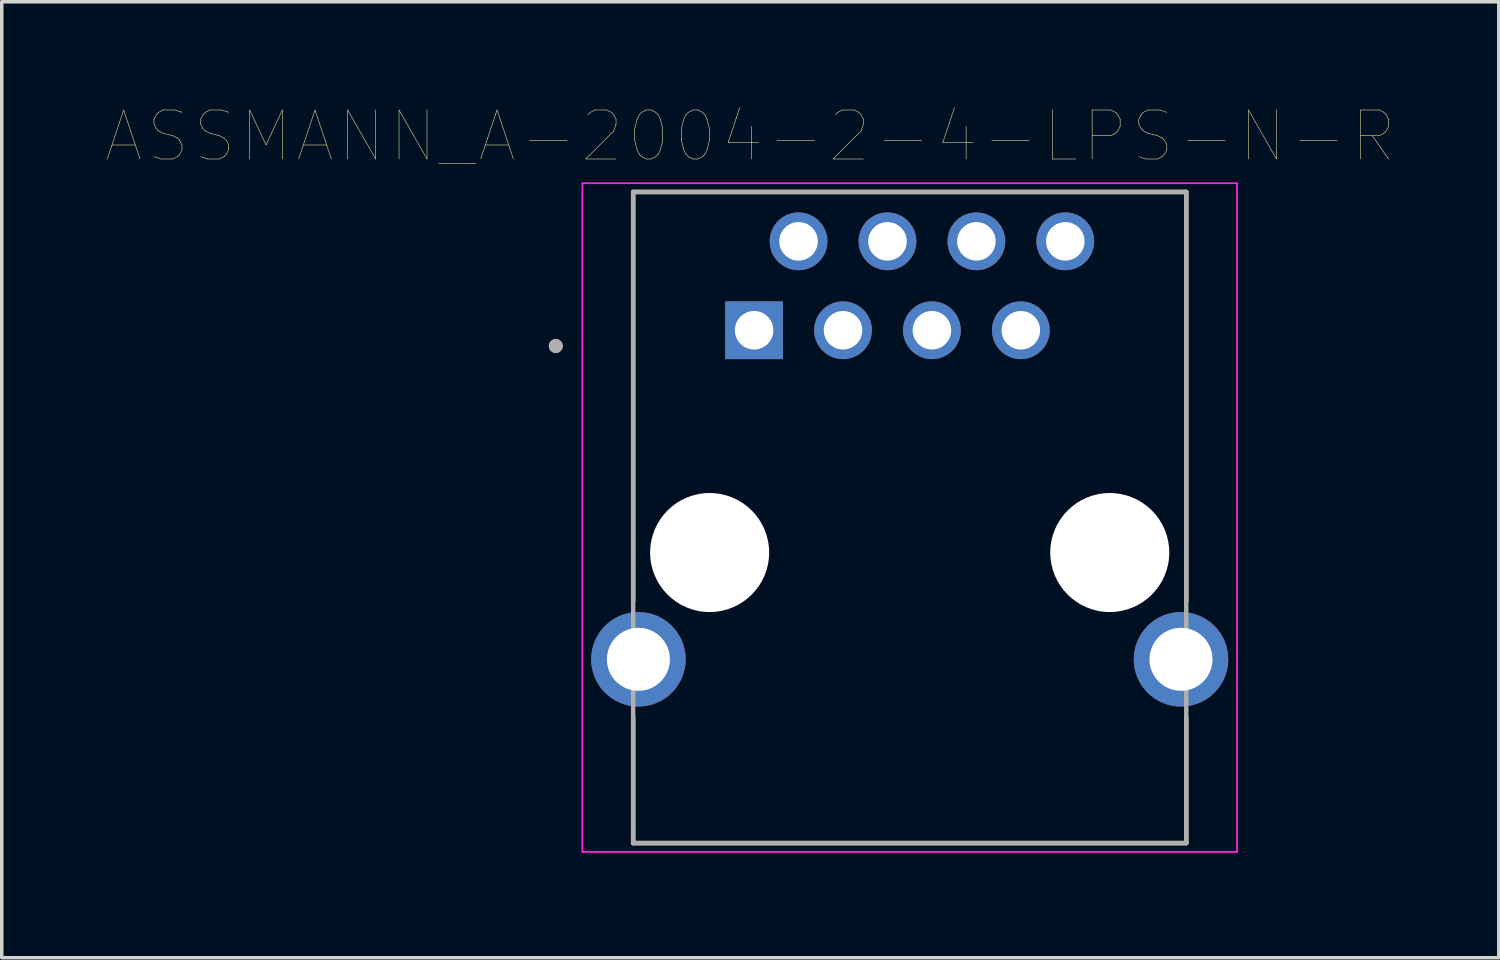
<source format=kicad_pcb>
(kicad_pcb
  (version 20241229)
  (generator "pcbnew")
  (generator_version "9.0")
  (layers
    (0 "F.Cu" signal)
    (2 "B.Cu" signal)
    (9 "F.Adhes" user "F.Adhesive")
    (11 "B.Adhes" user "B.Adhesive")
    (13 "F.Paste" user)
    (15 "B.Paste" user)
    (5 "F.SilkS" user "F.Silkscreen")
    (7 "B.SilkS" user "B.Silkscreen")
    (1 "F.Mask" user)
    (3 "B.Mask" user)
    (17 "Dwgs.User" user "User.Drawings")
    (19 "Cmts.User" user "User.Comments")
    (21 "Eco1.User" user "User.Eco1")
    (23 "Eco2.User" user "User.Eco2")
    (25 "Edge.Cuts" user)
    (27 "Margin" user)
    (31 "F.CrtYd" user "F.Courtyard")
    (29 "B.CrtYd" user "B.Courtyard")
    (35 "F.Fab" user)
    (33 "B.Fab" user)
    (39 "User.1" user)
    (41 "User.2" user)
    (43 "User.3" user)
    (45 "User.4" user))
  (footprint "ASSMANN_A-2004-2-4-LPS-N-R"
    (layer "F.Cu")
    (at 22.937 12.734)
    (property "Reference" "ASSMANN_A-2004-2-4-LPS-N-R" (at -4.555 -11.889 0) (layer "F.SilkS") (effects (font (size 1.4 1.4) (thickness 0.015))))
    (attr through_hole)
    (fp_line (start -7.9 -10.3) (end 7.9 -10.3) (stroke (width 0.127) (type solid)) (layer "F.SilkS"))
    (fp_line (start -7.9 1.38) (end -7.9 -10.3) (stroke (width 0.127) (type solid)) (layer "F.SilkS"))
    (fp_line (start -7.9 8.3) (end -7.9 4.72) (stroke (width 0.127) (type solid)) (layer "F.SilkS"))
    (fp_line (start 7.9 -10.3) (end 7.9 1.38) (stroke (width 0.127) (type solid)) (layer "F.SilkS"))
    (fp_line (start 7.9 4.72) (end 7.9 8.3) (stroke (width 0.127) (type solid)) (layer "F.SilkS"))
    (fp_line (start 7.9 8.3) (end -7.9 8.3) (stroke (width 0.127) (type solid)) (layer "F.SilkS"))
    (fp_circle (center -10.11 -5.9) (end -10.01 -5.9) (stroke (width 0.2) (type solid)) (fill no) (layer "F.SilkS"))
    (fp_line (start -9.35 -10.55) (end -9.35 8.55) (stroke (width 0.05) (type solid)) (layer "F.CrtYd"))
    (fp_line (start -9.35 8.55) (end 9.35 8.55) (stroke (width 0.05) (type solid)) (layer "F.CrtYd"))
    (fp_line (start 9.35 -10.55) (end -9.35 -10.55) (stroke (width 0.05) (type solid)) (layer "F.CrtYd"))
    (fp_line (start 9.35 8.55) (end 9.35 -10.55) (stroke (width 0.05) (type solid)) (layer "F.CrtYd"))
    (fp_line (start -7.9 -10.3) (end 7.9 -10.3) (stroke (width 0.127) (type solid)) (layer "F.Fab"))
    (fp_line (start -7.9 8.3) (end -7.9 -10.3) (stroke (width 0.127) (type solid)) (layer "F.Fab"))
    (fp_line (start 7.9 -10.3) (end 7.9 8.3) (stroke (width 0.127) (type solid)) (layer "F.Fab"))
    (fp_line (start 7.9 8.3) (end -7.9 8.3) (stroke (width 0.127) (type solid)) (layer "F.Fab"))
    (fp_circle (center -10.11 -5.9) (end -10.01 -5.9) (stroke (width 0.2) (type solid)) (fill no) (layer "F.Fab"))
    (pad "" np_thru_hole circle (at -5.715 0) (size 3.4 3.4) (drill 3.4) (layers "*.Cu" "*.Mask"))
    (pad "" np_thru_hole circle (at 5.715 0) (size 3.4 3.4) (drill 3.4) (layers "*.Cu" "*.Mask"))
    (pad "1" thru_hole rect (at -4.445 -6.35) (size 1.65 1.65) (drill 1.1) (layers "*.Cu" "*.Mask"))
    (pad "2" thru_hole circle (at -3.175 -8.89) (size 1.65 1.65) (drill 1.1) (layers "*.Cu" "*.Mask"))
    (pad "3" thru_hole circle (at -1.905 -6.35) (size 1.65 1.65) (drill 1.1) (layers "*.Cu" "*.Mask"))
    (pad "4" thru_hole circle (at -0.635 -8.89) (size 1.65 1.65) (drill 1.1) (layers "*.Cu" "*.Mask"))
    (pad "5" thru_hole circle (at 0.635 -6.35) (size 1.65 1.65) (drill 1.1) (layers "*.Cu" "*.Mask"))
    (pad "6" thru_hole circle (at 1.905 -8.89) (size 1.65 1.65) (drill 1.1) (layers "*.Cu" "*.Mask"))
    (pad "7" thru_hole circle (at 3.175 -6.35) (size 1.65 1.65) (drill 1.1) (layers "*.Cu" "*.Mask"))
    (pad "8" thru_hole circle (at 4.445 -8.89) (size 1.65 1.65) (drill 1.1) (layers "*.Cu" "*.Mask"))
    (pad "S1" thru_hole circle (at -7.75 3.05) (size 2.7 2.7) (drill 1.8) (layers "*.Cu" "*.Mask"))
    (pad "S2" thru_hole circle (at 7.75 3.05) (size 2.7 2.7) (drill 1.8) (layers "*.Cu" "*.Mask")))
  (gr_rect
    (start -3 -3)
    (end 39.765 24.309)
    (stroke (width 0.1) (type default))
    (fill no)
    (layer "Edge.Cuts")))
</source>
